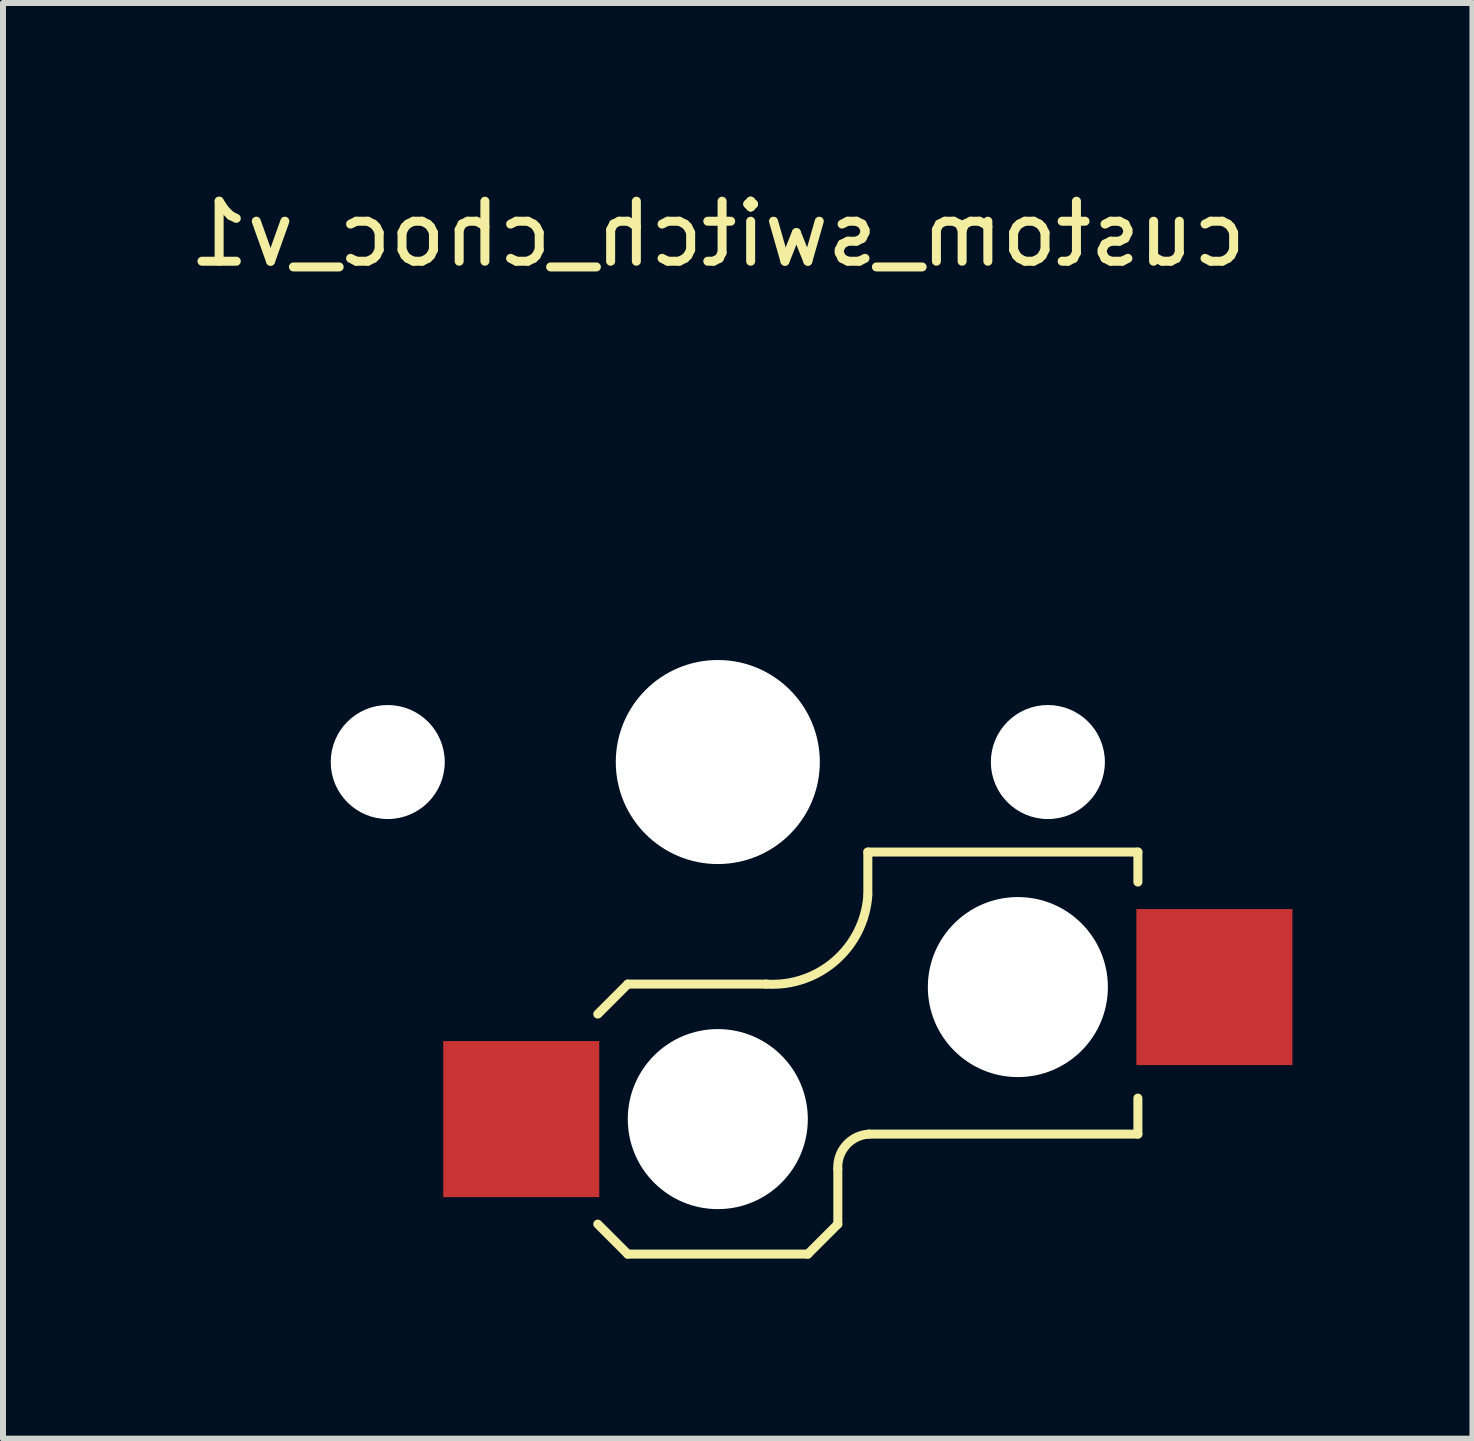
<source format=kicad_pcb>
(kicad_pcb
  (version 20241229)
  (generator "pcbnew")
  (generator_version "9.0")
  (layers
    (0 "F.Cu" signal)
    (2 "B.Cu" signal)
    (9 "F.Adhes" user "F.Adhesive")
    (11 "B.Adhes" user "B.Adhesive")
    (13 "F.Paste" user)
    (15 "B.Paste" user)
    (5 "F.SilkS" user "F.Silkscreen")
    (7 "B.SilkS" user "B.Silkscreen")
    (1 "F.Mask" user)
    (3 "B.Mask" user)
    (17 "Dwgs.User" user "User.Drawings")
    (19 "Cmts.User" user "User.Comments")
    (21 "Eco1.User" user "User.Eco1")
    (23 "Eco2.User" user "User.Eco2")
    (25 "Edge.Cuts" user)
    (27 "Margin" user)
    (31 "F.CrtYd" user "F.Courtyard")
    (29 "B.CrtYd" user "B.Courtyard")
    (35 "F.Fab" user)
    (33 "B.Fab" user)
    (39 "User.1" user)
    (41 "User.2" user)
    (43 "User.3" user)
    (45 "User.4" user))
  (footprint "custom_switch_choc_v1"
    (layer "F.Cu")
    (at 8.911 9.648)
    (property "Reference" "custom_switch_choc_v1" (at 0 -8.8 180) (layer "F.SilkS") (effects (font (size 1 1) (thickness 0.15)) (justify mirror)))
    (attr exclude_from_pos_files exclude_from_bom allow_soldermask_bridges)
    (fp_line (start -1.5 3.7) (end -2 4.2) (stroke (width 0.15) (type solid)) (layer "F.SilkS"))
    (fp_line (start -1.5 8.2) (end -2 7.7) (stroke (width 0.15) (type solid)) (layer "F.SilkS"))
    (fp_line (start 0.8 3.7) (end -1.5 3.7) (stroke (width 0.15) (type solid)) (layer "F.SilkS"))
    (fp_line (start 1.5 8.2) (end -1.5 8.2) (stroke (width 0.15) (type solid)) (layer "F.SilkS"))
    (fp_line (start 2 7.7) (end 1.5 8.2) (stroke (width 0.15) (type solid)) (layer "F.SilkS"))
    (fp_line (start 2 7.7) (end 2 6.78) (stroke (width 0.15) (type solid)) (layer "F.SilkS"))
    (fp_line (start 2.5 1.5) (end 2.5 2.2) (stroke (width 0.15) (type solid)) (layer "F.SilkS"))
    (fp_line (start 2.52 6.2) (end 7 6.2) (stroke (width 0.15) (type solid)) (layer "F.SilkS"))
    (fp_line (start 7 1.5) (end 2.5 1.5) (stroke (width 0.15) (type solid)) (layer "F.SilkS"))
    (fp_line (start 7 2) (end 7 1.5) (stroke (width 0.15) (type solid)) (layer "F.SilkS"))
    (fp_line (start 7 6.2) (end 7 5.6) (stroke (width 0.15) (type solid)) (layer "F.SilkS"))
    (fp_arc (start 2 6.78) (mid 2.139878 6.382304) (end 2.52 6.2) (stroke (width 0.15) (type solid)) (layer "F.SilkS"))
    (fp_arc (start 2.5 2.22) (mid 1.956518 3.312082) (end 0.8 3.7) (stroke (width 0.15) (type solid)) (layer "F.SilkS"))
    (pad "" np_thru_hole circle (at -5.5 0) (size 1.9 1.9) (drill 1.9) (layers "*.Cu" "*.Mask"))
    (pad "" np_thru_hole circle (at 0 0) (size 3.4 3.4) (drill 3.4) (layers "*.Cu" "*.Mask"))
    (pad "" np_thru_hole circle (at 0 5.95) (size 3 3) (drill 3) (layers "*.Cu" "*.Mask"))
    (pad "" np_thru_hole circle (at 5 3.75 165) (size 3 3) (drill 3) (layers "*.Cu" "*.Mask"))
    (pad "" np_thru_hole circle (at 5.5 0) (size 1.9 1.9) (drill 1.9) (layers "*.Cu" "*.Mask"))
    (pad "1" smd rect (at -3.275 5.95) (size 2.6 2.6) (layers "F.Cu" "F.Mask" "F.Paste"))
    (pad "2" smd rect (at 8.275 3.75) (size 2.6 2.6) (layers "F.Cu" "F.Mask" "F.Paste")))
  (gr_rect
    (start -3 -3)
    (end 21.486 20.923)
    (stroke (width 0.1) (type default))
    (fill no)
    (layer "Edge.Cuts")))
</source>
